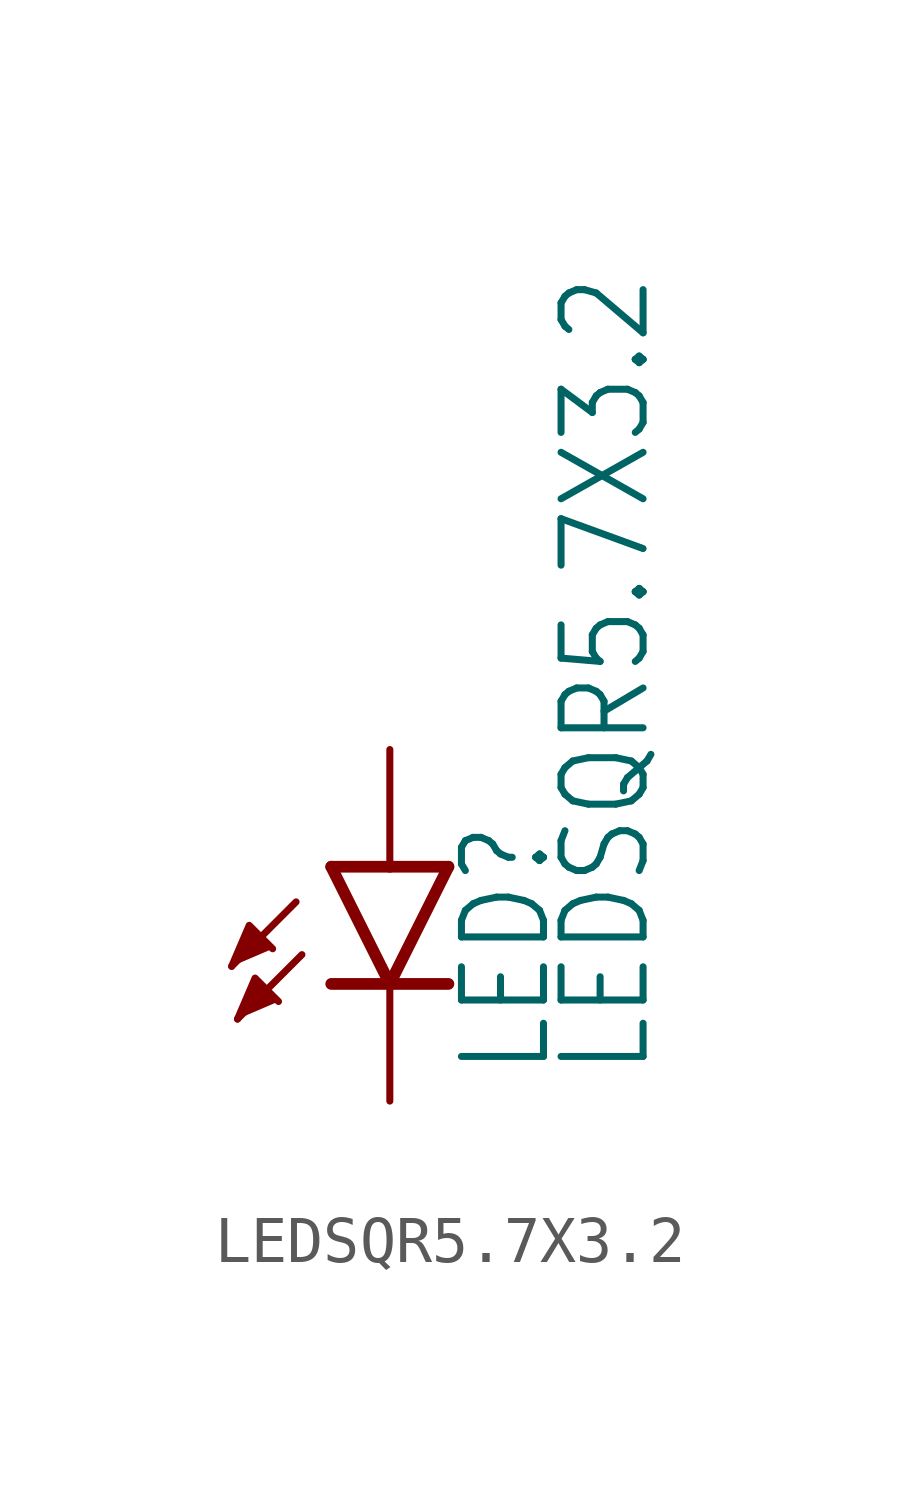
<source format=kicad_sym>
(kicad_symbol_lib
  (version 20200126)
  (host kicad_symbol_editor "(5.99.0-2281-g2f31bf278-dirty)")
  (symbol "LEDSQR5.7X3.2"
    (property "Reference" "LED"
      (at 3.556 -4.572 90)
      (effects (font (size 1.778 1.511)) (justify left bottom)))
    (property "Value" "LEDSQR5.7X3.2"
      (at 5.715 -4.572 90)
      (effects (font (size 1.778 1.511)) (justify left bottom)))
    (property "ki_locked" ""
      (at 0 0 0)
      (effects (font (size 1.27 1.27))))
    (symbol "LEDSQR5.7X3.2_1_0"
      (polyline (pts (xy 1.27 0) (xy 0 -2.54)) (stroke (width 0.254)) (fill (type none)))
      (polyline (pts (xy 0 -2.54) (xy -1.27 0)) (stroke (width 0.254)) (fill (type none)))
      (polyline (pts (xy 1.27 -2.54) (xy 0 -2.54)) (stroke (width 0.254)) (fill (type none)))
      (polyline (pts (xy 0 -2.54) (xy -1.27 -2.54)) (stroke (width 0.254)) (fill (type none)))
      (polyline (pts (xy 1.27 0) (xy 0 0)) (stroke (width 0.254)) (fill (type none)))
      (polyline (pts (xy 0 0) (xy -1.27 0)) (stroke (width 0.254)) (fill (type none)))
      (polyline (pts (xy -2.032 -0.762) (xy -3.429 -2.159)) (stroke (width 0.152)) (fill (type none)))
      (polyline (pts (xy -1.905 -1.905) (xy -3.302 -3.302)) (stroke (width 0.152)) (fill (type none)))
      (polyline (pts (xy -3.429 -2.159) (xy -3.048 -1.27) (xy -2.54 -1.778)) (stroke (width 0)) (fill (type outline)))
      (polyline (pts (xy -3.302 -3.302) (xy -2.921 -2.413) (xy -2.413 -2.921)) (stroke (width 0)) (fill (type outline)))
      (pin passive line (at 0 -5.08 90) (length 2.54) (name "C" (effects (font (size 0 0)))) (number "K" (effects (font (size 0 0)))))
      (pin passive line (at 0 2.54 270) (length 2.54) (name "A" (effects (font (size 0 0)))) (number "A" (effects (font (size 0 0))))))))
</source>
